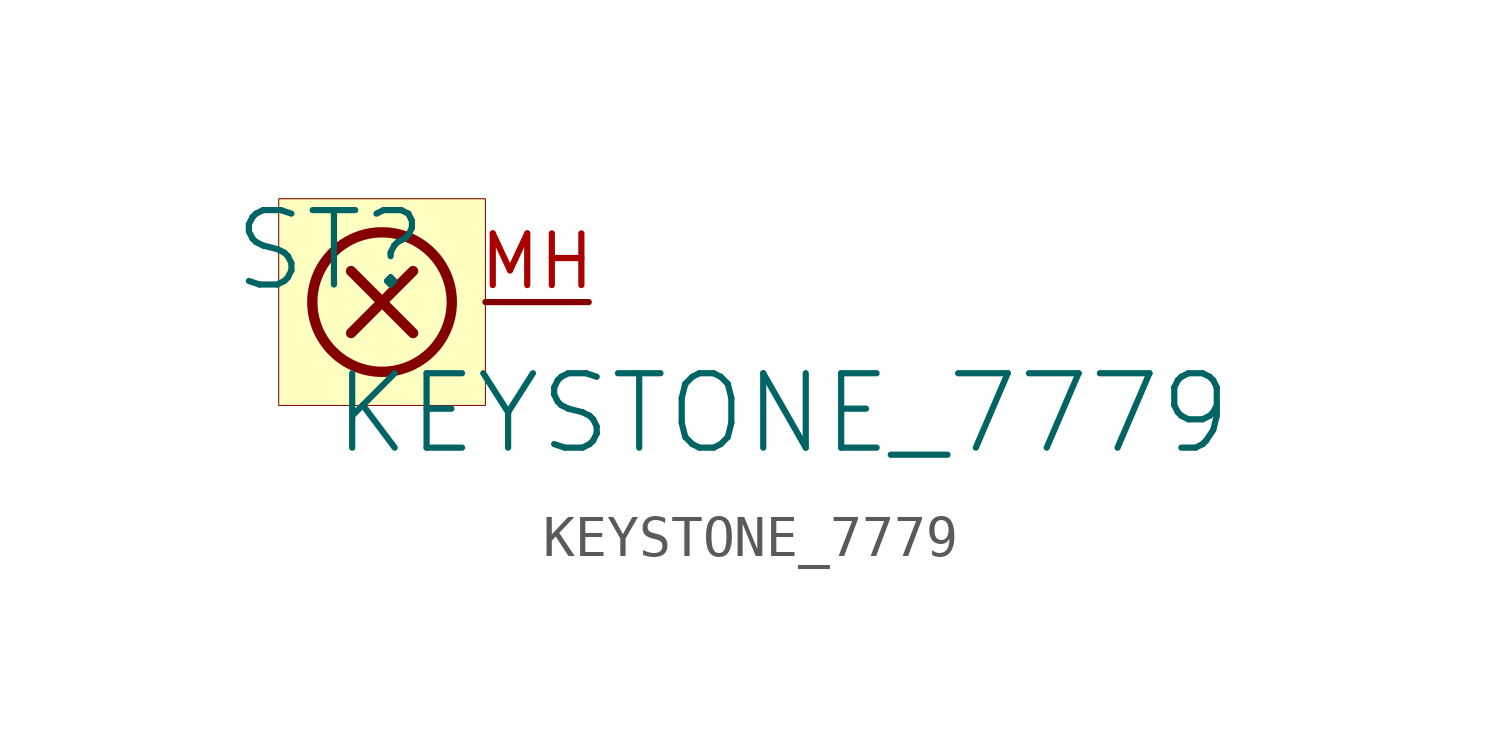
<source format=kicad_sym>
(kicad_symbol_lib
  (version 20231120)
  (generator "kicad_symbol_editor")
  (generator_version "8.0")
  (symbol "KEYSTONE_7779"
    (property "Reference" "ST"
      (at -1.27 1.27 0)
      (effects (font (size 1.829 1.829))))
    (property "Value" "KEYSTONE_7779"
      (at -1.27 -3.81 0)
      (effects (font (size 1.829 1.829)) (justify left bottom)))
    (symbol "KEYSTONE_7779_1_0"
      (polyline (pts (xy 0 0) (xy -0.762 -0.762)) (stroke (width 0.254) (type solid)) (fill (type none)))
      (polyline (pts (xy 0 0) (xy -0.762 0.762)) (stroke (width 0.254) (type solid)) (fill (type none)))
      (polyline (pts (xy 0 0) (xy 0.762 0.762)) (stroke (width 0.254) (type solid)) (fill (type none)))
      (polyline (pts (xy 0.762 -0.762) (xy 0 0)) (stroke (width 0.254) (type solid)) (fill (type none)))
      (circle (center 0 0) (radius 1.714) (stroke (width 0.254) (type solid)) (fill (type none)))
      (rectangle (start 2.54 2.54) (end -2.54 -2.54) (stroke (width 0.025) (type solid) (color 128 0 0 1)) (fill (type background)))
      (pin passive line (at 5.08 0 180) (length 2.54) (name "MH" (effects (font (size 0 0)))) (number "MH" (effects (font (size 1.27 1.27))))))))
</source>
